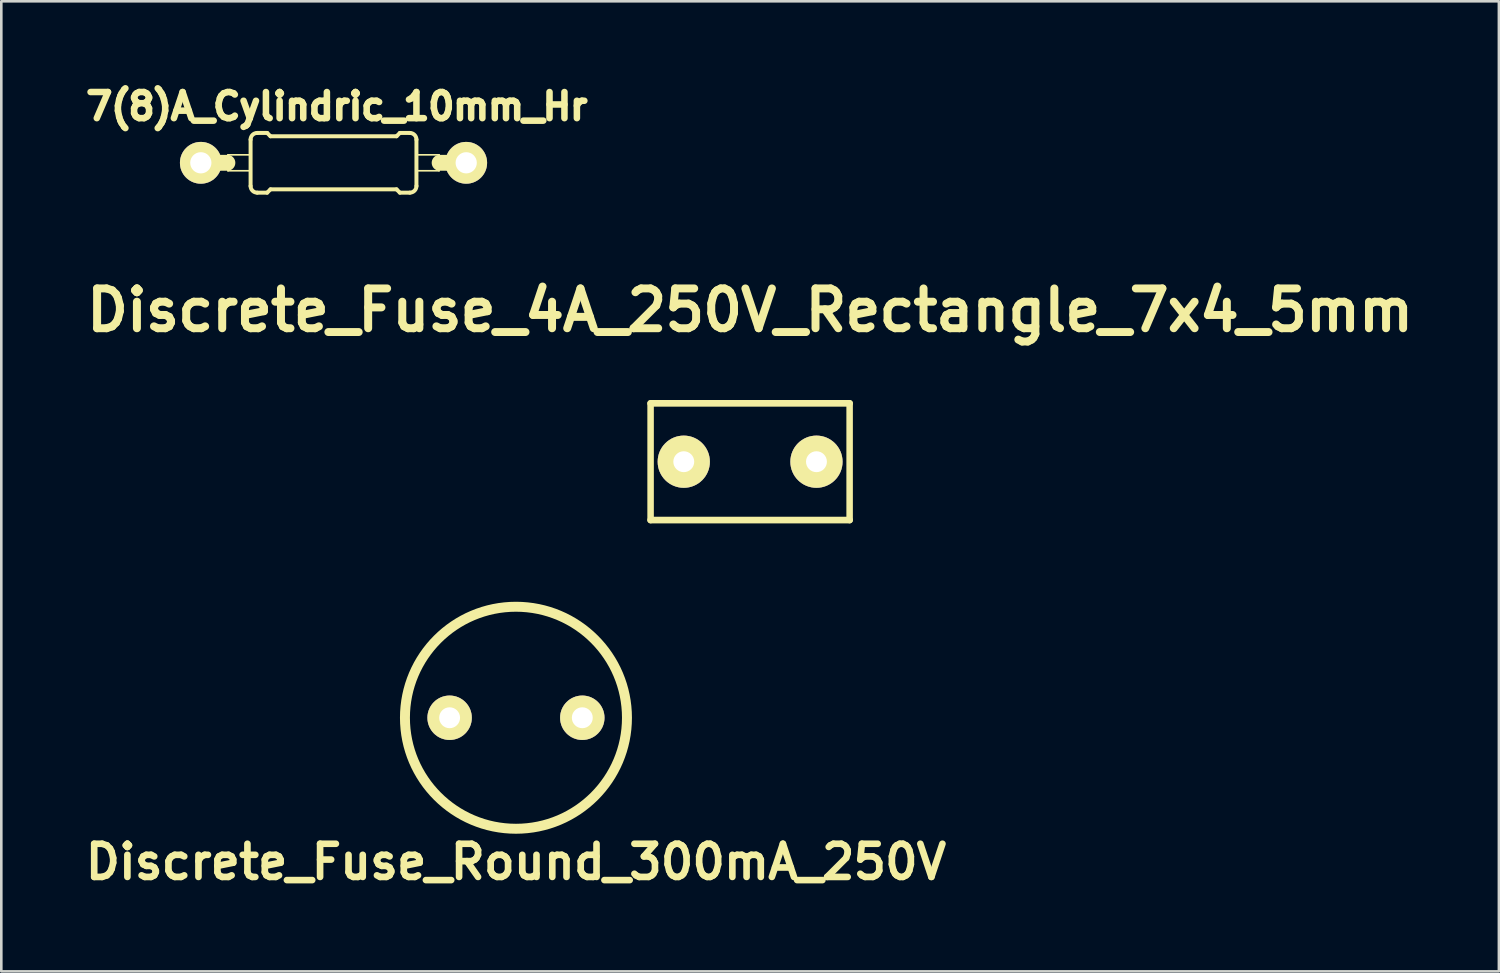
<source format=kicad_pcb>
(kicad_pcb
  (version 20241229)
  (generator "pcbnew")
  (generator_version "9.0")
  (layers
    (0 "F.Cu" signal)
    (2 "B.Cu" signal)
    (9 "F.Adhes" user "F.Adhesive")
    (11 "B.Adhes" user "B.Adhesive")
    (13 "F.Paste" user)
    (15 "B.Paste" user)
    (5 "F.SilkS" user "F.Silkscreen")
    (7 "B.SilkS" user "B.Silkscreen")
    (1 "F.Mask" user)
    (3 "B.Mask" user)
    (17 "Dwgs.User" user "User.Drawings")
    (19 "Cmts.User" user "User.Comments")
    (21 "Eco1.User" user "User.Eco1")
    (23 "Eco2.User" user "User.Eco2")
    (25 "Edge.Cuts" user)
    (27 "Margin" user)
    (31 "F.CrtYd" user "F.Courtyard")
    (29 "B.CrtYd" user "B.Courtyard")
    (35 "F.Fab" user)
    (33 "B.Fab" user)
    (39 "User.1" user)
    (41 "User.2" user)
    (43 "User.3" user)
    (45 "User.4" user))
  (footprint "Discrete_Fuse_Round_300mA_250V"
    (layer "F.Cu")
    (at 16.704 24.43)
    (property "Reference" "Discrete_Fuse_Round_300mA_250V" (at 0 5.52 0) (layer "F.SilkS") (effects (font (size 1.27 1.27) (thickness 0.254))))
    (attr through_hole)
    (fp_circle (center 0 0) (end 4.25 0) (stroke (width 0.381) (type solid)) (fill no) (layer "F.SilkS"))
    (pad "1" thru_hole circle (at -2.54 0) (size 1.7 1.7) (drill 0.8) (layers "*.Cu" "*.Mask" "F.SilkS"))
    (pad "2" thru_hole circle (at 2.54 0) (size 1.7 1.7) (drill 0.8) (layers "*.Cu" "*.Mask" "F.SilkS")))
  (footprint "7(8)A_Cylindric_10mm_Hr"
    (layer "F.Cu")
    (at 9.719 3.183)
    (property "Reference" "7(8)A_Cylindric_10mm_Hr" (at 0.127 -2.159 0) (layer "F.SilkS") (effects (font (size 1 1) (thickness 0.25))))
    (attr exclude_from_pos_files exclude_from_bom)
    (fp_line (start -5.08 0) (end -4.064 0) (stroke (width 0.61) (type solid)) (layer "F.SilkS"))
    (fp_line (start -4.039 -0.305) (end -3.175 -0.305) (stroke (width 0.066) (type solid)) (layer "F.SilkS"))
    (fp_line (start -4.039 0.305) (end -4.039 -0.305) (stroke (width 0.066) (type solid)) (layer "F.SilkS"))
    (fp_line (start -4.039 0.305) (end -3.175 0.305) (stroke (width 0.066) (type solid)) (layer "F.SilkS"))
    (fp_line (start -3.175 0.305) (end -3.175 -0.305) (stroke (width 0.066) (type solid)) (layer "F.SilkS"))
    (fp_line (start -3.175 0.889) (end -3.175 -0.889) (stroke (width 0.152) (type solid)) (layer "F.SilkS"))
    (fp_line (start -2.921 -1.143) (end -2.54 -1.143) (stroke (width 0.152) (type solid)) (layer "F.SilkS"))
    (fp_line (start -2.921 1.143) (end -2.54 1.143) (stroke (width 0.152) (type solid)) (layer "F.SilkS"))
    (fp_line (start -2.413 -1.016) (end -2.54 -1.143) (stroke (width 0.152) (type solid)) (layer "F.SilkS"))
    (fp_line (start -2.413 1.016) (end -2.54 1.143) (stroke (width 0.152) (type solid)) (layer "F.SilkS"))
    (fp_line (start 2.413 -1.016) (end -2.413 -1.016) (stroke (width 0.152) (type solid)) (layer "F.SilkS"))
    (fp_line (start 2.413 -1.016) (end 2.54 -1.143) (stroke (width 0.152) (type solid)) (layer "F.SilkS"))
    (fp_line (start 2.413 1.016) (end -2.413 1.016) (stroke (width 0.152) (type solid)) (layer "F.SilkS"))
    (fp_line (start 2.413 1.016) (end 2.54 1.143) (stroke (width 0.152) (type solid)) (layer "F.SilkS"))
    (fp_line (start 2.921 -1.143) (end 2.54 -1.143) (stroke (width 0.152) (type solid)) (layer "F.SilkS"))
    (fp_line (start 2.921 1.143) (end 2.54 1.143) (stroke (width 0.152) (type solid)) (layer "F.SilkS"))
    (fp_line (start 3.175 -0.305) (end 4.039 -0.305) (stroke (width 0.066) (type solid)) (layer "F.SilkS"))
    (fp_line (start 3.175 0.305) (end 3.175 -0.305) (stroke (width 0.066) (type solid)) (layer "F.SilkS"))
    (fp_line (start 3.175 0.305) (end 4.039 0.305) (stroke (width 0.066) (type solid)) (layer "F.SilkS"))
    (fp_line (start 3.175 0.889) (end 3.175 -0.889) (stroke (width 0.152) (type solid)) (layer "F.SilkS"))
    (fp_line (start 4.039 0.305) (end 4.039 -0.305) (stroke (width 0.066) (type solid)) (layer "F.SilkS"))
    (fp_line (start 5.08 0) (end 4.064 0) (stroke (width 0.61) (type solid)) (layer "F.SilkS"))
    (fp_arc (start -3.175 -0.889) (mid -3.100605 -1.068605) (end -2.921 -1.143) (stroke (width 0.1524) (type solid)) (layer "F.SilkS"))
    (fp_arc (start -2.921 1.143) (mid -3.100605 1.068605) (end -3.175 0.889) (stroke (width 0.1524) (type solid)) (layer "F.SilkS"))
    (fp_arc (start 2.921 -1.143) (mid 3.100605 -1.068605) (end 3.175 -0.889) (stroke (width 0.1524) (type solid)) (layer "F.SilkS"))
    (fp_arc (start 3.175 0.889) (mid 3.100605 1.068605) (end 2.921 1.143) (stroke (width 0.1524) (type solid)) (layer "F.SilkS"))
    (pad "1" thru_hole circle (at -5.08 0) (size 1.6 1.6) (drill 0.813) (layers "*.Cu" "F.Mask" "F.SilkS" "F.Paste"))
    (pad "2" thru_hole circle (at 5.08 0) (size 1.6 1.6) (drill 0.813) (layers "*.Cu" "F.Mask" "F.SilkS" "F.Paste")))
  (footprint "Discrete_Fuse_4A_250V_Rectangle_7x4_5mm"
    (layer "F.Cu")
    (at 25.669 14.627)
    (property "Reference" "Discrete_Fuse_4A_250V_Rectangle_7x4_5mm" (at 0 -5.799 0) (layer "F.SilkS") (effects (font (size 1.524 1.524) (thickness 0.305))))
    (attr through_hole)
    (fp_line (start -3.81 -2.235) (end 3.81 -2.235) (stroke (width 0.254) (type solid)) (layer "F.SilkS"))
    (fp_line (start -3.81 2.235) (end -3.81 -2.235) (stroke (width 0.249) (type solid)) (layer "F.SilkS"))
    (fp_line (start 3.81 2.235) (end -3.81 2.235) (stroke (width 0.254) (type solid)) (layer "F.SilkS"))
    (fp_line (start 3.81 2.235) (end 3.81 -2.235) (stroke (width 0.249) (type solid)) (layer "F.SilkS"))
    (pad "1" thru_hole circle (at -2.54 0) (size 1.999 1.999) (drill 0.8) (layers "*.Cu" "*.Mask" "F.SilkS"))
    (pad "2" thru_hole circle (at 2.54 0) (size 1.999 1.999) (drill 0.8) (layers "*.Cu" "*.Mask" "F.SilkS")))
  (gr_rect
    (start -3 -3)
    (end 54.337 34.139)
    (stroke (width 0.1) (type default))
    (fill no)
    (layer "Edge.Cuts")))
</source>
